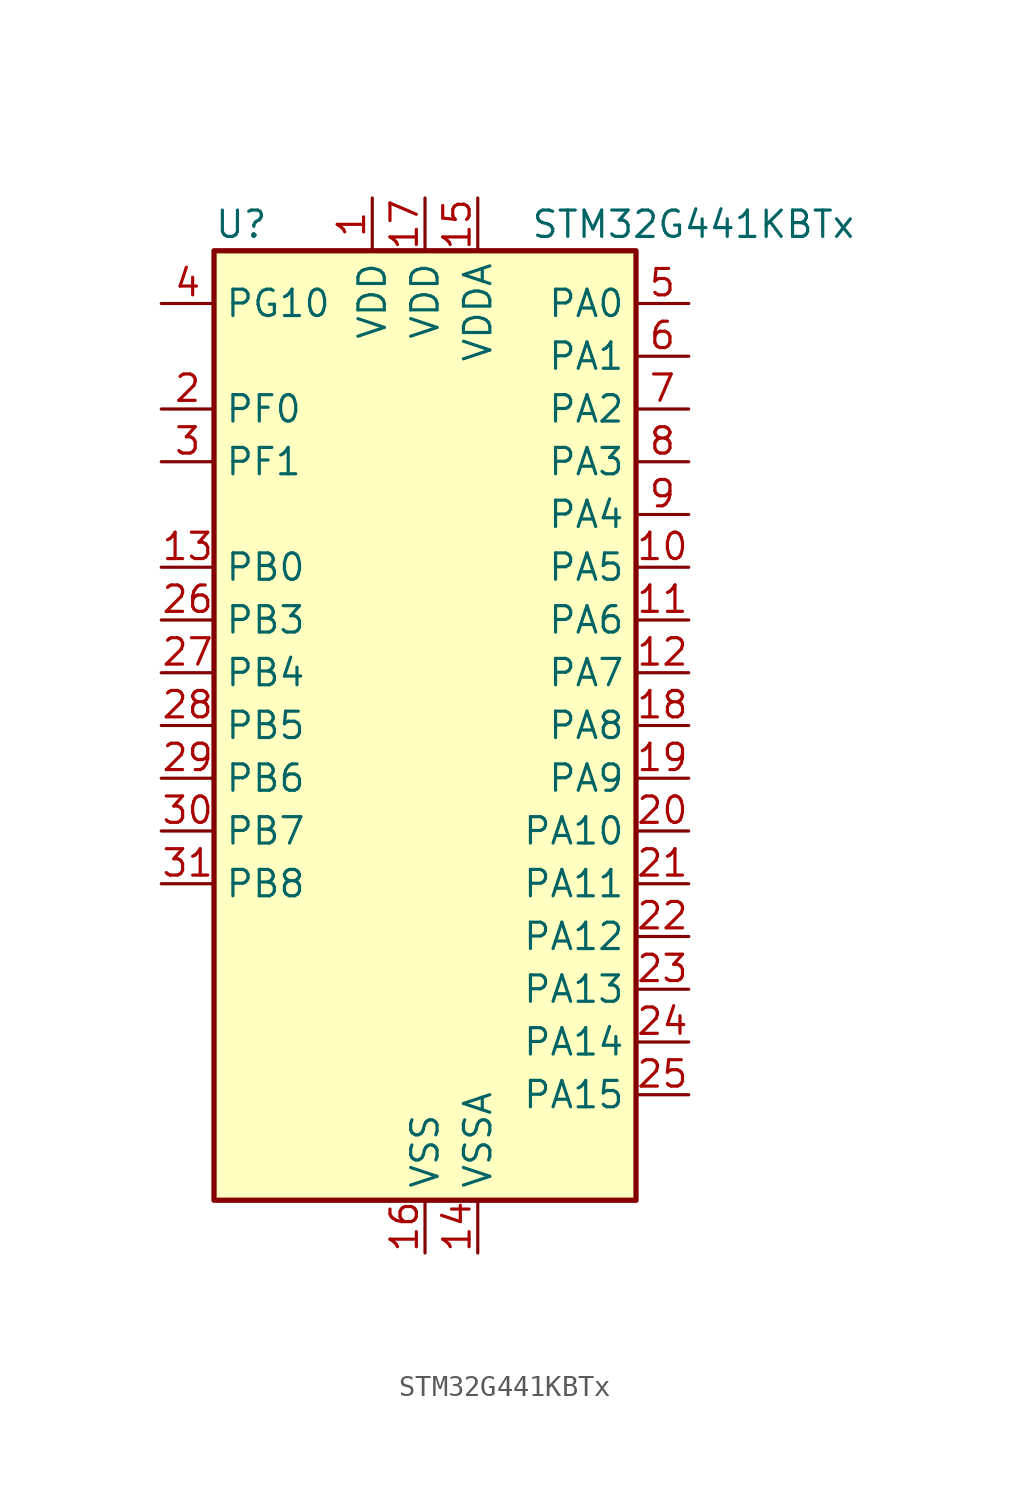
<source format=kicad_sym>
(kicad_symbol_lib
  (version 20231120)
  (generator "kicad_symbol_editor")
  (generator_version "8.0")
  (symbol "STM32G441KBTx"
    (property "Reference" "U"
      (at -10.16 24.13 0)
      (effects (font (size 1.27 1.27)) (justify left)))
    (property "Value" "STM32G441KBTx"
      (at 5.08 24.13 0)
      (effects (font (size 1.27 1.27)) (justify left)))
    (property "ki_locked" ""
      (at 0 0 0)
      (effects (font (size 1.27 1.27))))
    (symbol "STM32G441KBTx_0_1"
      (rectangle (start -10.16 -22.86) (end 10.16 22.86) (stroke (width 0.254) (type default)) (fill (type background))))
    (symbol "STM32G441KBTx_1_1"
      (pin power_in line (at -2.54 25.4 270) (length 2.54) (name "VDD" (effects (font (size 1.27 1.27)))) (number "1" (effects (font (size 1.27 1.27)))))
      (pin bidirectional line (at 12.7 7.62 180) (length 2.54) (name "PA5" (effects (font (size 1.27 1.27)))) (number "10" (effects (font (size 1.27 1.27)))) (alternate "ADC2_IN13" bidirectional line) (alternate "COMP2_INM" bidirectional line) (alternate "DAC1_OUT2" bidirectional line) (alternate "OPAMP2_VINM" bidirectional line) (alternate "OPAMP2_VINM0" bidirectional line) (alternate "OPAMP2_VINM_SEC" bidirectional line) (alternate "SPI1_SCK" bidirectional line) (alternate "TIM2_CH1" bidirectional line) (alternate "TIM2_ETR" bidirectional line) (alternate "UCPD1_FRSTX1" bidirectional line) (alternate "UCPD1_FRSTX2" bidirectional line))
      (pin bidirectional line (at 12.7 5.08 180) (length 2.54) (name "PA6" (effects (font (size 1.27 1.27)))) (number "11" (effects (font (size 1.27 1.27)))) (alternate "ADC2_IN3" bidirectional line) (alternate "COMP1_OUT" bidirectional line) (alternate "LPUART1_CTS" bidirectional line) (alternate "OPAMP2_VOUT" bidirectional line) (alternate "SPI1_MISO" bidirectional line) (alternate "TIM16_CH1" bidirectional line) (alternate "TIM1_BKIN" bidirectional line) (alternate "TIM3_CH1" bidirectional line) (alternate "TIM8_BKIN" bidirectional line))
      (pin bidirectional line (at 12.7 2.54 180) (length 2.54) (name "PA7" (effects (font (size 1.27 1.27)))) (number "12" (effects (font (size 1.27 1.27)))) (alternate "ADC2_IN4" bidirectional line) (alternate "COMP2_INP" bidirectional line) (alternate "COMP2_OUT" bidirectional line) (alternate "OPAMP1_VINP" bidirectional line) (alternate "OPAMP1_VINP_SEC" bidirectional line) (alternate "OPAMP2_VINP" bidirectional line) (alternate "OPAMP2_VINP_SEC" bidirectional line) (alternate "SPI1_MOSI" bidirectional line) (alternate "TIM17_CH1" bidirectional line) (alternate "TIM1_CH1N" bidirectional line) (alternate "TIM3_CH2" bidirectional line) (alternate "TIM8_CH1N" bidirectional line) (alternate "UCPD1_FRSTX1" bidirectional line) (alternate "UCPD1_FRSTX2" bidirectional line))
      (pin bidirectional line (at -12.7 7.62 0) (length 2.54) (name "PB0" (effects (font (size 1.27 1.27)))) (number "13" (effects (font (size 1.27 1.27)))) (alternate "ADC1_IN15" bidirectional line) (alternate "COMP4_INP" bidirectional line) (alternate "OPAMP2_VINP" bidirectional line) (alternate "OPAMP2_VINP_SEC" bidirectional line) (alternate "OPAMP3_VINP" bidirectional line) (alternate "OPAMP3_VINP_SEC" bidirectional line) (alternate "TIM1_CH2N" bidirectional line) (alternate "TIM3_CH3" bidirectional line) (alternate "TIM8_CH2N" bidirectional line) (alternate "UCPD1_FRSTX1" bidirectional line) (alternate "UCPD1_FRSTX2" bidirectional line))
      (pin power_in line (at 2.54 -25.4 90) (length 2.54) (name "VSSA" (effects (font (size 1.27 1.27)))) (number "14" (effects (font (size 1.27 1.27)))))
      (pin power_in line (at 2.54 25.4 270) (length 2.54) (name "VDDA" (effects (font (size 1.27 1.27)))) (number "15" (effects (font (size 1.27 1.27)))))
      (pin power_in line (at 0 -25.4 90) (length 2.54) (name "VSS" (effects (font (size 1.27 1.27)))) (number "16" (effects (font (size 1.27 1.27)))))
      (pin power_in line (at 0 25.4 270) (length 2.54) (name "VDD" (effects (font (size 1.27 1.27)))) (number "17" (effects (font (size 1.27 1.27)))))
      (pin bidirectional line (at 12.7 0 180) (length 2.54) (name "PA8" (effects (font (size 1.27 1.27)))) (number "18" (effects (font (size 1.27 1.27)))) (alternate "I2C2_SDA" bidirectional line) (alternate "I2C3_SCL" bidirectional line) (alternate "I2S2_MCK" bidirectional line) (alternate "RCC_MCO" bidirectional line) (alternate "SAI1_CK2" bidirectional line) (alternate "SAI1_SCK_A" bidirectional line) (alternate "TIM1_CH1" bidirectional line) (alternate "TIM4_ETR" bidirectional line) (alternate "USART1_CK" bidirectional line))
      (pin bidirectional line (at 12.7 -2.54 180) (length 2.54) (name "PA9" (effects (font (size 1.27 1.27)))) (number "19" (effects (font (size 1.27 1.27)))) (alternate "DAC1_EXTI9" bidirectional line) (alternate "DAC3_EXTI9" bidirectional line) (alternate "I2C2_SCL" bidirectional line) (alternate "I2C3_SMBA" bidirectional line) (alternate "I2S3_MCK" bidirectional line) (alternate "SAI1_FS_A" bidirectional line) (alternate "TIM15_BKIN" bidirectional line) (alternate "TIM1_CH2" bidirectional line) (alternate "TIM2_CH3" bidirectional line) (alternate "UCPD1_DBCC1" bidirectional line) (alternate "USART1_TX" bidirectional line))
      (pin bidirectional line (at -12.7 15.24 0) (length 2.54) (name "PF0" (effects (font (size 1.27 1.27)))) (number "2" (effects (font (size 1.27 1.27)))) (alternate "ADC1_IN10" bidirectional line) (alternate "I2C2_SDA" bidirectional line) (alternate "I2S2_WS" bidirectional line) (alternate "RCC_OSC_IN" bidirectional line) (alternate "SPI2_NSS" bidirectional line) (alternate "TIM1_CH3N" bidirectional line))
      (pin bidirectional line (at 12.7 -5.08 180) (length 2.54) (name "PA10" (effects (font (size 1.27 1.27)))) (number "20" (effects (font (size 1.27 1.27)))) (alternate "CRS_SYNC" bidirectional line) (alternate "DAC1_EXTI10" bidirectional line) (alternate "DAC3_EXTI10" bidirectional line) (alternate "I2C2_SMBA" bidirectional line) (alternate "SAI1_D1" bidirectional line) (alternate "SAI1_SD_A" bidirectional line) (alternate "SPI2_MISO" bidirectional line) (alternate "TIM17_BKIN" bidirectional line) (alternate "TIM1_CH3" bidirectional line) (alternate "TIM2_CH4" bidirectional line) (alternate "TIM8_BKIN" bidirectional line) (alternate "UCPD1_DBCC2" bidirectional line) (alternate "USART1_RX" bidirectional line))
      (pin bidirectional line (at 12.7 -7.62 180) (length 2.54) (name "PA11" (effects (font (size 1.27 1.27)))) (number "21" (effects (font (size 1.27 1.27)))) (alternate "ADC1_EXTI11" bidirectional line) (alternate "ADC2_EXTI11" bidirectional line) (alternate "COMP1_OUT" bidirectional line) (alternate "FDCAN1_RX" bidirectional line) (alternate "I2S2_SD" bidirectional line) (alternate "SPI2_MOSI" bidirectional line) (alternate "TIM1_BKIN2" bidirectional line) (alternate "TIM1_CH1N" bidirectional line) (alternate "TIM1_CH4" bidirectional line) (alternate "TIM4_CH1" bidirectional line) (alternate "USART1_CTS" bidirectional line) (alternate "USART1_NSS" bidirectional line) (alternate "USB_DM" bidirectional line))
      (pin bidirectional line (at 12.7 -10.16 180) (length 2.54) (name "PA12" (effects (font (size 1.27 1.27)))) (number "22" (effects (font (size 1.27 1.27)))) (alternate "COMP2_OUT" bidirectional line) (alternate "FDCAN1_TX" bidirectional line) (alternate "I2S_CKIN" bidirectional line) (alternate "TIM16_CH1" bidirectional line) (alternate "TIM1_CH2N" bidirectional line) (alternate "TIM1_ETR" bidirectional line) (alternate "TIM4_CH2" bidirectional line) (alternate "USART1_DE" bidirectional line) (alternate "USART1_RTS" bidirectional line) (alternate "USB_DP" bidirectional line))
      (pin bidirectional line (at 12.7 -12.7 180) (length 2.54) (name "PA13" (effects (font (size 1.27 1.27)))) (number "23" (effects (font (size 1.27 1.27)))) (alternate "I2C1_SCL" bidirectional line) (alternate "IR_OUT" bidirectional line) (alternate "SAI1_SD_B" bidirectional line) (alternate "SYS_JTMS-SWDIO" bidirectional line) (alternate "TIM16_CH1N" bidirectional line) (alternate "TIM4_CH3" bidirectional line))
      (pin bidirectional line (at 12.7 -15.24 180) (length 2.54) (name "PA14" (effects (font (size 1.27 1.27)))) (number "24" (effects (font (size 1.27 1.27)))) (alternate "I2C1_SDA" bidirectional line) (alternate "LPTIM1_OUT" bidirectional line) (alternate "SAI1_FS_B" bidirectional line) (alternate "SYS_JTCK-SWCLK" bidirectional line) (alternate "TIM1_BKIN" bidirectional line) (alternate "TIM8_CH2" bidirectional line) (alternate "USART2_TX" bidirectional line))
      (pin bidirectional line (at 12.7 -17.78 180) (length 2.54) (name "PA15" (effects (font (size 1.27 1.27)))) (number "25" (effects (font (size 1.27 1.27)))) (alternate "ADC1_EXTI15" bidirectional line) (alternate "ADC2_EXTI15" bidirectional line) (alternate "I2C1_SCL" bidirectional line) (alternate "I2S3_WS" bidirectional line) (alternate "SPI1_NSS" bidirectional line) (alternate "SPI3_NSS" bidirectional line) (alternate "SYS_JTDI" bidirectional line) (alternate "TIM1_BKIN" bidirectional line) (alternate "TIM2_CH1" bidirectional line) (alternate "TIM2_ETR" bidirectional line) (alternate "TIM8_CH1" bidirectional line) (alternate "USART2_RX" bidirectional line))
      (pin bidirectional line (at -12.7 5.08 0) (length 2.54) (name "PB3" (effects (font (size 1.27 1.27)))) (number "26" (effects (font (size 1.27 1.27)))) (alternate "CRS_SYNC" bidirectional line) (alternate "I2S3_CK" bidirectional line) (alternate "SAI1_SCK_B" bidirectional line) (alternate "SPI1_SCK" bidirectional line) (alternate "SPI3_SCK" bidirectional line) (alternate "SYS_JTDO-SWO" bidirectional line) (alternate "TIM2_CH2" bidirectional line) (alternate "TIM3_ETR" bidirectional line) (alternate "TIM4_ETR" bidirectional line) (alternate "TIM8_CH1N" bidirectional line) (alternate "USART2_TX" bidirectional line))
      (pin bidirectional line (at -12.7 2.54 0) (length 2.54) (name "PB4" (effects (font (size 1.27 1.27)))) (number "27" (effects (font (size 1.27 1.27)))) (alternate "SAI1_MCLK_B" bidirectional line) (alternate "SPI1_MISO" bidirectional line) (alternate "SPI3_MISO" bidirectional line) (alternate "SYS_JTRST" bidirectional line) (alternate "TIM16_CH1" bidirectional line) (alternate "TIM17_BKIN" bidirectional line) (alternate "TIM3_CH1" bidirectional line) (alternate "TIM8_CH2N" bidirectional line) (alternate "UCPD1_CC2" bidirectional line) (alternate "USART2_RX" bidirectional line))
      (pin bidirectional line (at -12.7 0 0) (length 2.54) (name "PB5" (effects (font (size 1.27 1.27)))) (number "28" (effects (font (size 1.27 1.27)))) (alternate "I2C1_SMBA" bidirectional line) (alternate "I2C3_SDA" bidirectional line) (alternate "I2S3_SD" bidirectional line) (alternate "LPTIM1_IN1" bidirectional line) (alternate "SAI1_SD_B" bidirectional line) (alternate "SPI1_MOSI" bidirectional line) (alternate "SPI3_MOSI" bidirectional line) (alternate "TIM16_BKIN" bidirectional line) (alternate "TIM17_CH1" bidirectional line) (alternate "TIM3_CH2" bidirectional line) (alternate "TIM8_CH3N" bidirectional line) (alternate "USART2_CK" bidirectional line))
      (pin bidirectional line (at -12.7 -2.54 0) (length 2.54) (name "PB6" (effects (font (size 1.27 1.27)))) (number "29" (effects (font (size 1.27 1.27)))) (alternate "COMP4_OUT" bidirectional line) (alternate "LPTIM1_ETR" bidirectional line) (alternate "SAI1_FS_B" bidirectional line) (alternate "TIM16_CH1N" bidirectional line) (alternate "TIM4_CH1" bidirectional line) (alternate "TIM8_BKIN2" bidirectional line) (alternate "TIM8_CH1" bidirectional line) (alternate "TIM8_ETR" bidirectional line) (alternate "UCPD1_CC1" bidirectional line) (alternate "USART1_TX" bidirectional line))
      (pin bidirectional line (at -12.7 12.7 0) (length 2.54) (name "PF1" (effects (font (size 1.27 1.27)))) (number "3" (effects (font (size 1.27 1.27)))) (alternate "ADC2_IN10" bidirectional line) (alternate "COMP3_INM" bidirectional line) (alternate "I2S2_CK" bidirectional line) (alternate "RCC_OSC_OUT" bidirectional line) (alternate "SPI2_SCK" bidirectional line))
      (pin bidirectional line (at -12.7 -5.08 0) (length 2.54) (name "PB7" (effects (font (size 1.27 1.27)))) (number "30" (effects (font (size 1.27 1.27)))) (alternate "COMP3_OUT" bidirectional line) (alternate "I2C1_SDA" bidirectional line) (alternate "LPTIM1_IN2" bidirectional line) (alternate "SYS_PVD_IN" bidirectional line) (alternate "TIM17_CH1N" bidirectional line) (alternate "TIM3_CH4" bidirectional line) (alternate "TIM4_CH2" bidirectional line) (alternate "TIM8_BKIN" bidirectional line) (alternate "USART1_RX" bidirectional line))
      (pin bidirectional line (at -12.7 -7.62 0) (length 2.54) (name "PB8" (effects (font (size 1.27 1.27)))) (number "31" (effects (font (size 1.27 1.27)))) (alternate "COMP1_OUT" bidirectional line) (alternate "FDCAN1_RX" bidirectional line) (alternate "I2C1_SCL" bidirectional line) (alternate "SAI1_CK1" bidirectional line) (alternate "SAI1_MCLK_A" bidirectional line) (alternate "TIM16_CH1" bidirectional line) (alternate "TIM1_BKIN" bidirectional line) (alternate "TIM4_CH3" bidirectional line) (alternate "TIM8_CH2" bidirectional line))
      (pin passive line (at 0 -25.4 90) (length 2.54) hide (name "VSS" (effects (font (size 1.27 1.27)))) (number "32" (effects (font (size 1.27 1.27)))))
      (pin bidirectional line (at -12.7 20.32 0) (length 2.54) (name "PG10" (effects (font (size 1.27 1.27)))) (number "4" (effects (font (size 1.27 1.27)))) (alternate "DAC1_EXTI10" bidirectional line) (alternate "DAC3_EXTI10" bidirectional line) (alternate "RCC_MCO" bidirectional line))
      (pin bidirectional line (at 12.7 20.32 180) (length 2.54) (name "PA0" (effects (font (size 1.27 1.27)))) (number "5" (effects (font (size 1.27 1.27)))) (alternate "ADC1_IN1" bidirectional line) (alternate "ADC2_IN1" bidirectional line) (alternate "COMP1_INM" bidirectional line) (alternate "COMP1_OUT" bidirectional line) (alternate "COMP3_INP" bidirectional line) (alternate "RTC_TAMP2" bidirectional line) (alternate "SYS_WKUP1" bidirectional line) (alternate "TIM2_CH1" bidirectional line) (alternate "TIM2_ETR" bidirectional line) (alternate "TIM8_BKIN" bidirectional line) (alternate "TIM8_ETR" bidirectional line) (alternate "USART2_CTS" bidirectional line) (alternate "USART2_NSS" bidirectional line))
      (pin bidirectional line (at 12.7 17.78 180) (length 2.54) (name "PA1" (effects (font (size 1.27 1.27)))) (number "6" (effects (font (size 1.27 1.27)))) (alternate "ADC1_IN2" bidirectional line) (alternate "ADC2_IN2" bidirectional line) (alternate "COMP1_INP" bidirectional line) (alternate "OPAMP1_VINP" bidirectional line) (alternate "OPAMP1_VINP_SEC" bidirectional line) (alternate "OPAMP3_VINP" bidirectional line) (alternate "OPAMP3_VINP_SEC" bidirectional line) (alternate "RTC_REFIN" bidirectional line) (alternate "TIM15_CH1N" bidirectional line) (alternate "TIM2_CH2" bidirectional line) (alternate "USART2_DE" bidirectional line) (alternate "USART2_RTS" bidirectional line))
      (pin bidirectional line (at 12.7 15.24 180) (length 2.54) (name "PA2" (effects (font (size 1.27 1.27)))) (number "7" (effects (font (size 1.27 1.27)))) (alternate "ADC1_IN3" bidirectional line) (alternate "COMP2_INM" bidirectional line) (alternate "COMP2_OUT" bidirectional line) (alternate "LPUART1_TX" bidirectional line) (alternate "OPAMP1_VOUT" bidirectional line) (alternate "RCC_LSCO" bidirectional line) (alternate "SYS_WKUP4" bidirectional line) (alternate "TIM15_CH1" bidirectional line) (alternate "TIM2_CH3" bidirectional line) (alternate "UCPD1_FRSTX1" bidirectional line) (alternate "UCPD1_FRSTX2" bidirectional line) (alternate "USART2_TX" bidirectional line))
      (pin bidirectional line (at 12.7 12.7 180) (length 2.54) (name "PA3" (effects (font (size 1.27 1.27)))) (number "8" (effects (font (size 1.27 1.27)))) (alternate "ADC1_IN4" bidirectional line) (alternate "COMP2_INP" bidirectional line) (alternate "LPUART1_RX" bidirectional line) (alternate "OPAMP1_VINM" bidirectional line) (alternate "OPAMP1_VINM0" bidirectional line) (alternate "OPAMP1_VINM_SEC" bidirectional line) (alternate "OPAMP1_VINP" bidirectional line) (alternate "OPAMP1_VINP_SEC" bidirectional line) (alternate "SAI1_CK1" bidirectional line) (alternate "SAI1_MCLK_A" bidirectional line) (alternate "TIM15_CH2" bidirectional line) (alternate "TIM2_CH4" bidirectional line) (alternate "USART2_RX" bidirectional line))
      (pin bidirectional line (at 12.7 10.16 180) (length 2.54) (name "PA4" (effects (font (size 1.27 1.27)))) (number "9" (effects (font (size 1.27 1.27)))) (alternate "ADC2_IN17" bidirectional line) (alternate "COMP1_INM" bidirectional line) (alternate "DAC1_OUT1" bidirectional line) (alternate "I2S3_WS" bidirectional line) (alternate "SAI1_FS_B" bidirectional line) (alternate "SPI1_NSS" bidirectional line) (alternate "SPI3_NSS" bidirectional line) (alternate "TIM3_CH2" bidirectional line) (alternate "USART2_CK" bidirectional line)))))
</source>
